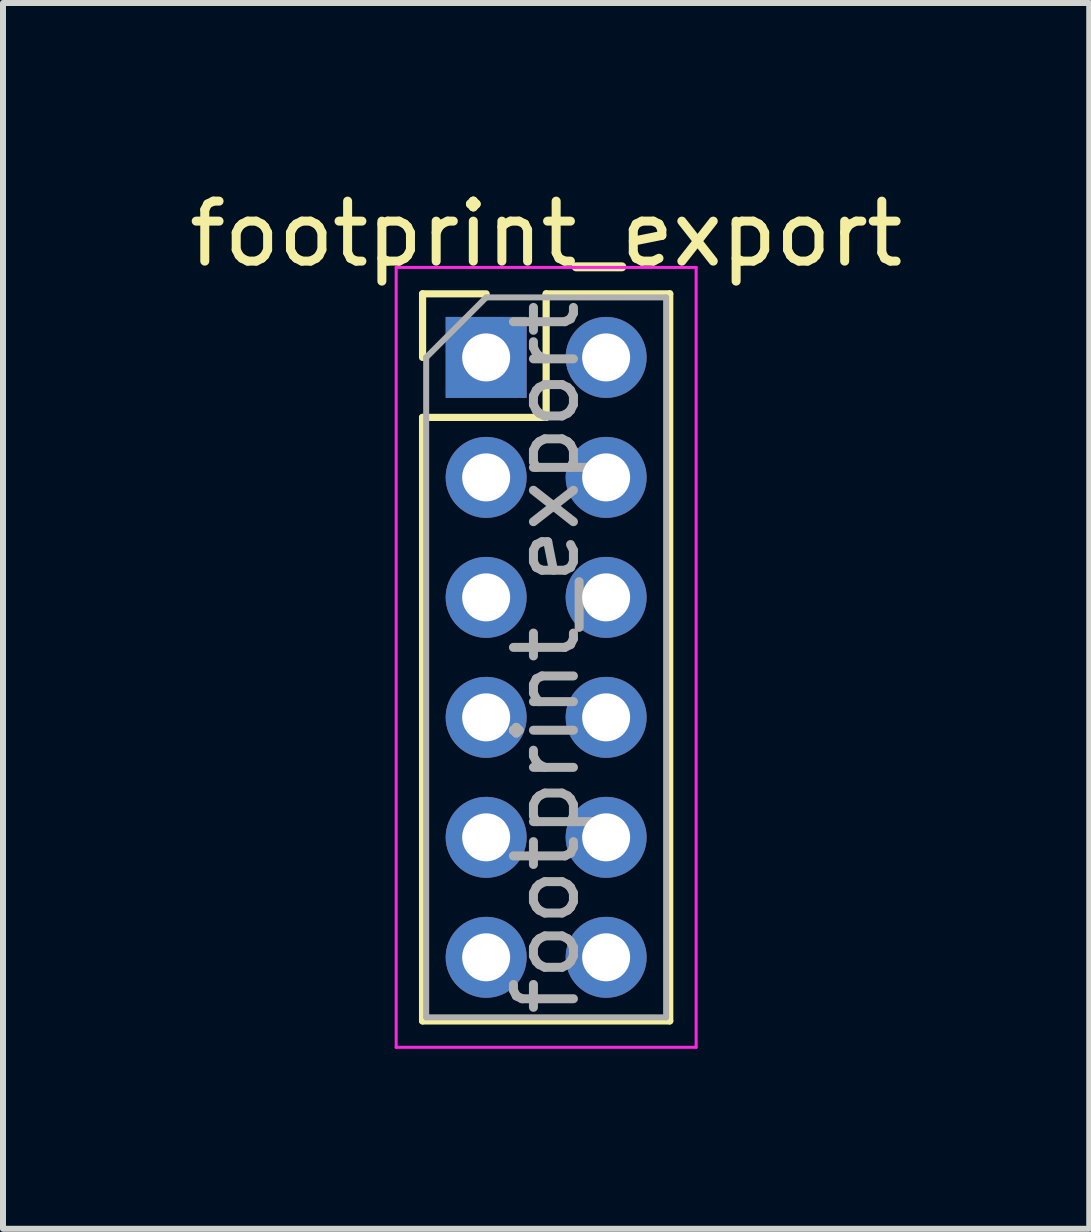
<source format=kicad_pcb>
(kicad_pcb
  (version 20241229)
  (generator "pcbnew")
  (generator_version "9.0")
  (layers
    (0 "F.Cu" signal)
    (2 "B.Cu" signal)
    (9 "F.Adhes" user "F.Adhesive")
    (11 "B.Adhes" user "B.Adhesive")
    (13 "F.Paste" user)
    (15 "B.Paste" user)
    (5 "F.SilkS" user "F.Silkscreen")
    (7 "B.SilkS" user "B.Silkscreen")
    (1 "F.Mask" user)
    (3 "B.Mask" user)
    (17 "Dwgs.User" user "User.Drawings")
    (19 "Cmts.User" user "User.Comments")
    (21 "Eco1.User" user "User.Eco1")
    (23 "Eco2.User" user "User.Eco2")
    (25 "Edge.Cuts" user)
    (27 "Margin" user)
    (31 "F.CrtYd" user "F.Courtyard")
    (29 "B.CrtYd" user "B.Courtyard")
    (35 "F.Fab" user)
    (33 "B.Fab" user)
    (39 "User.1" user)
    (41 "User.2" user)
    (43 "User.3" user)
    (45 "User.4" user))
  (footprint "footprint_export"
    (layer "F.Cu")
    (at 5.054 2.908)
    (property "Reference" "footprint_export" (at 1 -2.06 0) (layer "F.SilkS") (effects (font (size 1 1) (thickness 0.15))))
    (attr through_hole)
    (fp_line (start -1.06 -1.06) (end 0 -1.06) (stroke (width 0.12) (type solid)) (layer "F.SilkS"))
    (fp_line (start -1.06 0) (end -1.06 -1.06) (stroke (width 0.12) (type solid)) (layer "F.SilkS"))
    (fp_line (start -1.06 1) (end -1.06 11.06) (stroke (width 0.12) (type solid)) (layer "F.SilkS"))
    (fp_line (start -1.06 1) (end 1 1) (stroke (width 0.12) (type solid)) (layer "F.SilkS"))
    (fp_line (start -1.06 11.06) (end 3.06 11.06) (stroke (width 0.12) (type solid)) (layer "F.SilkS"))
    (fp_line (start 1 -1.06) (end 3.06 -1.06) (stroke (width 0.12) (type solid)) (layer "F.SilkS"))
    (fp_line (start 1 1) (end 1 -1.06) (stroke (width 0.12) (type solid)) (layer "F.SilkS"))
    (fp_line (start 3.06 -1.06) (end 3.06 11.06) (stroke (width 0.12) (type solid)) (layer "F.SilkS"))
    (fp_line (start -1.5 -1.5) (end -1.5 11.5) (stroke (width 0.05) (type solid)) (layer "F.CrtYd"))
    (fp_line (start -1.5 11.5) (end 3.5 11.5) (stroke (width 0.05) (type solid)) (layer "F.CrtYd"))
    (fp_line (start 3.5 -1.5) (end -1.5 -1.5) (stroke (width 0.05) (type solid)) (layer "F.CrtYd"))
    (fp_line (start 3.5 11.5) (end 3.5 -1.5) (stroke (width 0.05) (type solid)) (layer "F.CrtYd"))
    (fp_line (start -1 0) (end 0 -1) (stroke (width 0.1) (type solid)) (layer "F.Fab"))
    (fp_line (start -1 11) (end -1 0) (stroke (width 0.1) (type solid)) (layer "F.Fab"))
    (fp_line (start 0 -1) (end 3 -1) (stroke (width 0.1) (type solid)) (layer "F.Fab"))
    (fp_line (start 3 -1) (end 3 11) (stroke (width 0.1) (type solid)) (layer "F.Fab"))
    (fp_line (start 3 11) (end -1 11) (stroke (width 0.1) (type solid)) (layer "F.Fab"))
    (fp_text user "${REFERENCE}" (at 1 5 90) (layer "F.Fab") (effects (font (size 1 1) (thickness 0.15))))
    (pad "1" thru_hole rect (at 0 0) (size 1.35 1.35) (drill 0.8) (layers "*.Cu" "*.Mask"))
    (pad "2" thru_hole oval (at 2 0) (size 1.35 1.35) (drill 0.8) (layers "*.Cu" "*.Mask"))
    (pad "3" thru_hole oval (at 0 2) (size 1.35 1.35) (drill 0.8) (layers "*.Cu" "*.Mask"))
    (pad "4" thru_hole oval (at 2 2) (size 1.35 1.35) (drill 0.8) (layers "*.Cu" "*.Mask"))
    (pad "5" thru_hole oval (at 0 4) (size 1.35 1.35) (drill 0.8) (layers "*.Cu" "*.Mask"))
    (pad "6" thru_hole oval (at 2 4) (size 1.35 1.35) (drill 0.8) (layers "*.Cu" "*.Mask"))
    (pad "7" thru_hole oval (at 0 6) (size 1.35 1.35) (drill 0.8) (layers "*.Cu" "*.Mask"))
    (pad "8" thru_hole oval (at 2 6) (size 1.35 1.35) (drill 0.8) (layers "*.Cu" "*.Mask"))
    (pad "9" thru_hole oval (at 0 8) (size 1.35 1.35) (drill 0.8) (layers "*.Cu" "*.Mask"))
    (pad "10" thru_hole oval (at 2 8) (size 1.35 1.35) (drill 0.8) (layers "*.Cu" "*.Mask"))
    (pad "11" thru_hole oval (at 0 10) (size 1.35 1.35) (drill 0.8) (layers "*.Cu" "*.Mask"))
    (pad "12" thru_hole oval (at 2 10) (size 1.35 1.35) (drill 0.8) (layers "*.Cu" "*.Mask")))
  (gr_rect
    (start -3 -3)
    (end 15.107 17.433)
    (stroke (width 0.1) (type default))
    (fill no)
    (layer "Edge.Cuts")))
</source>
